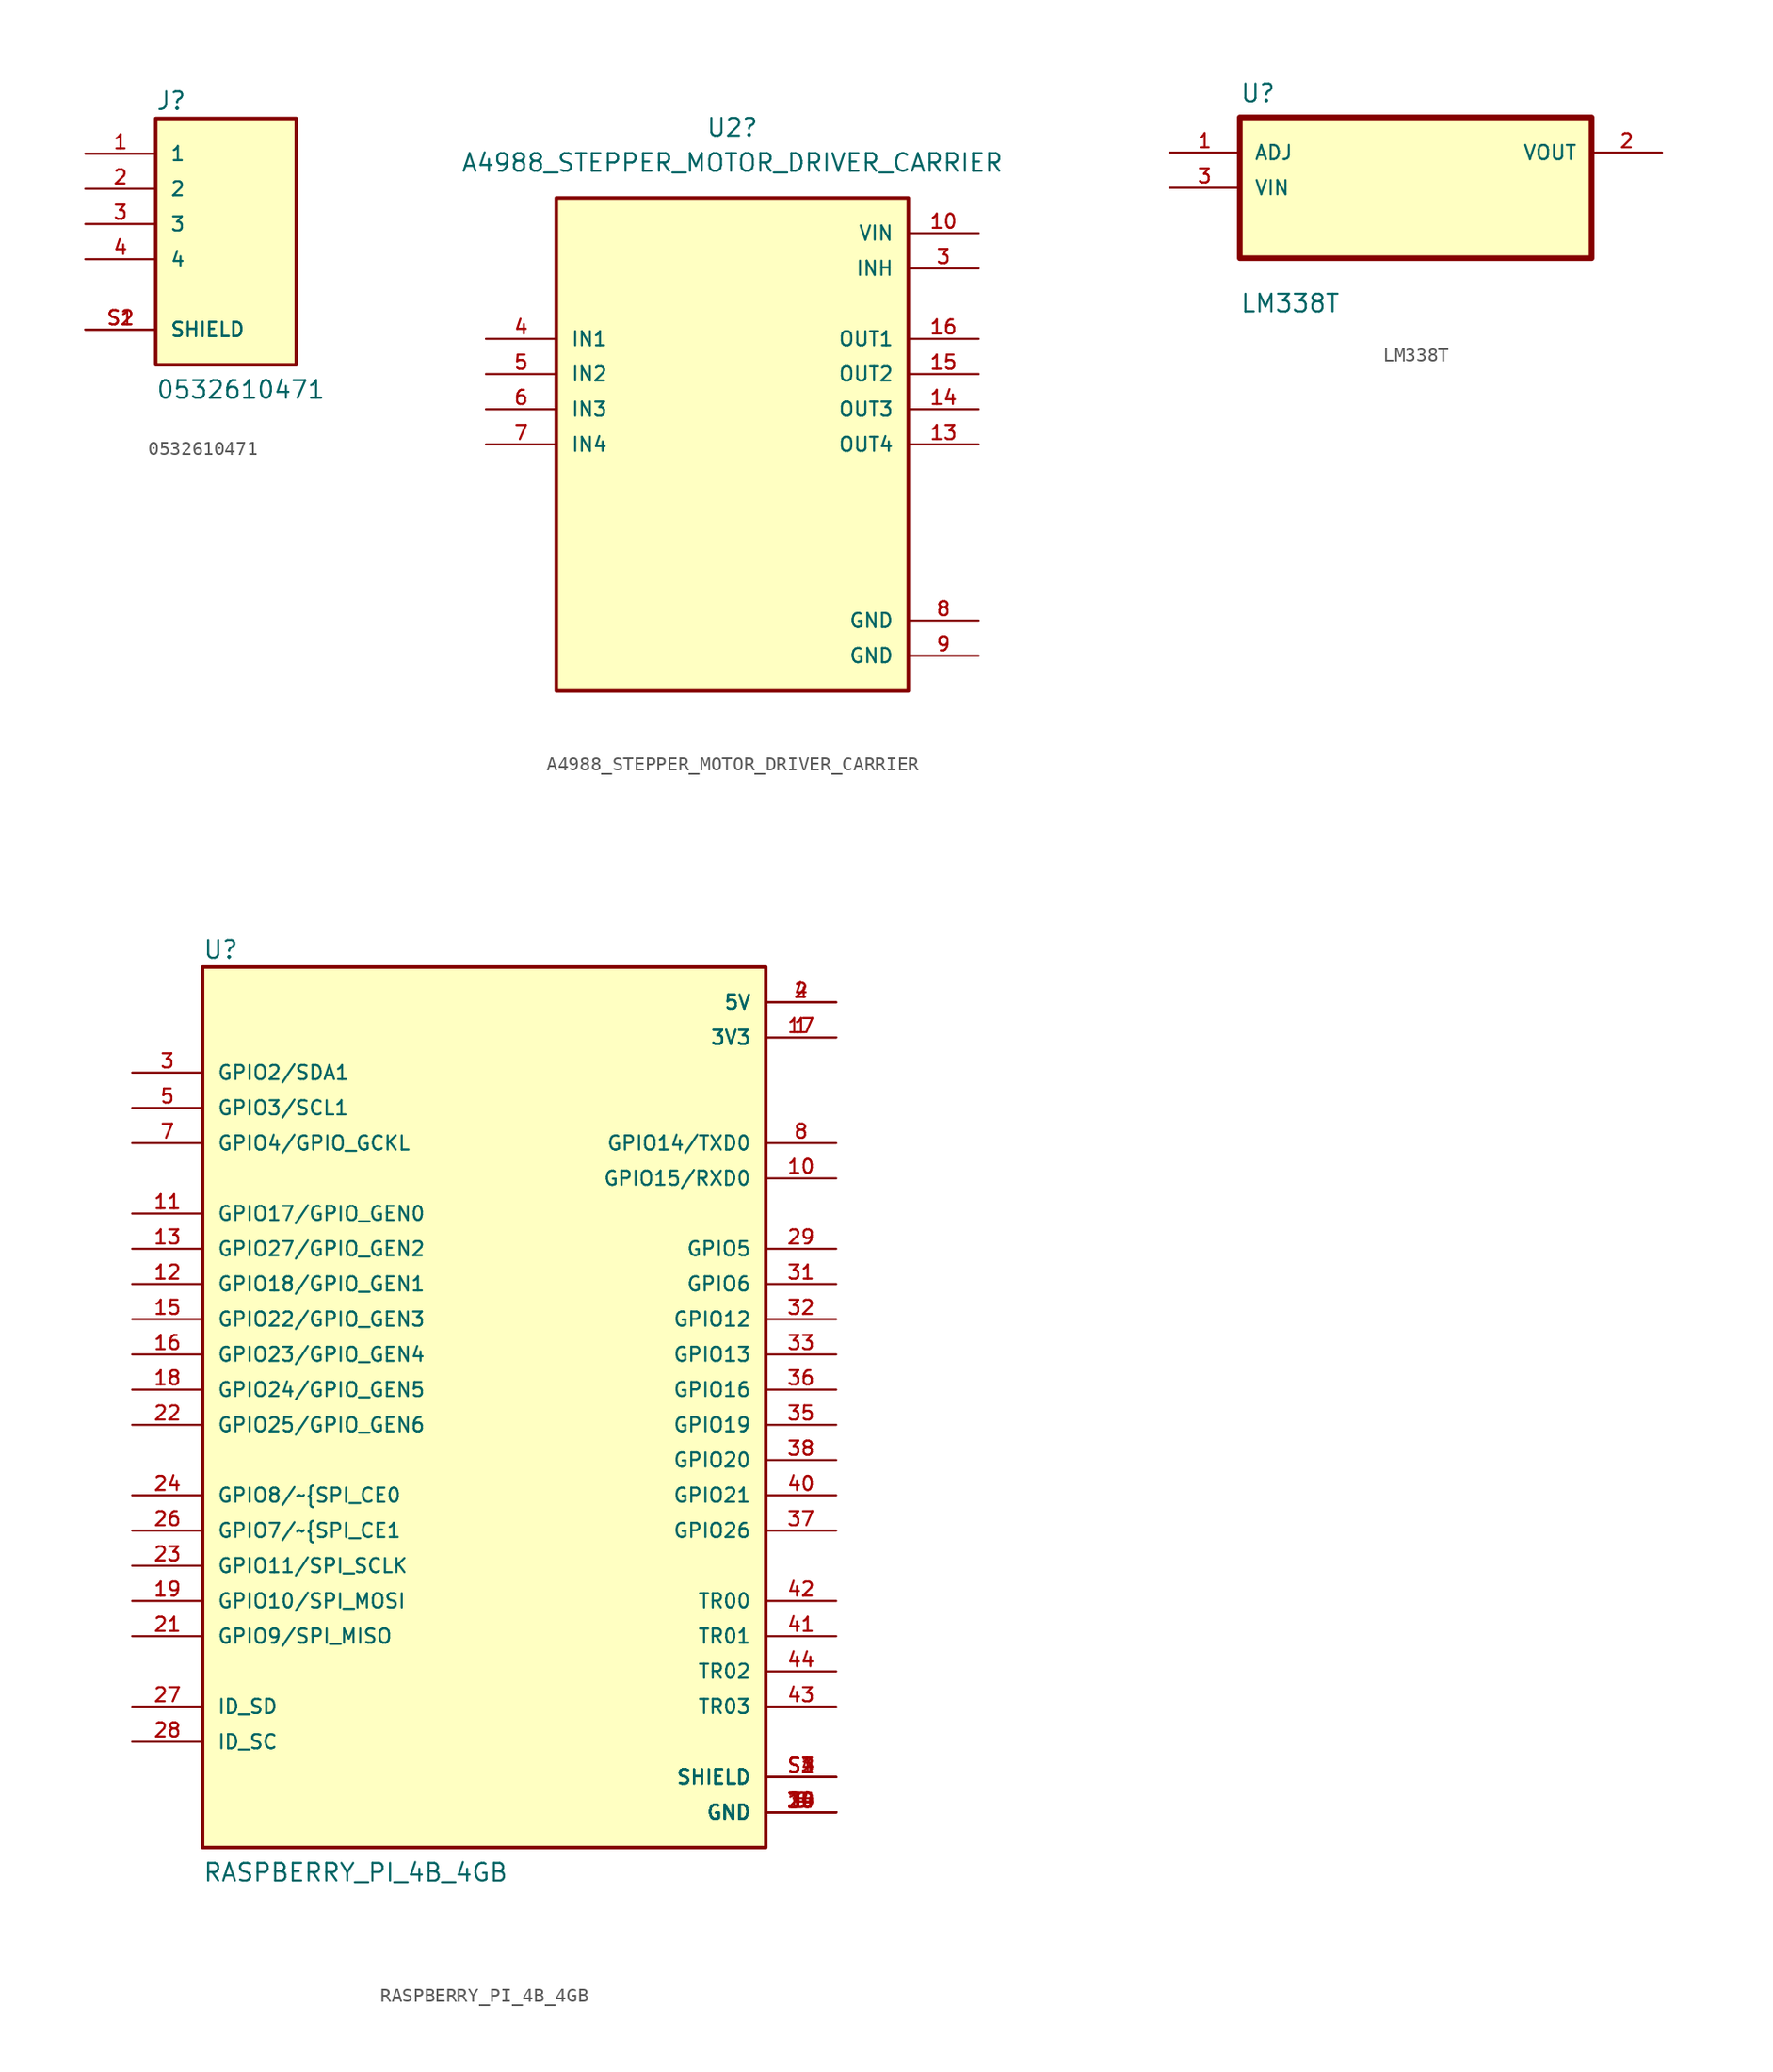
<source format=kicad_sym>
(kicad_symbol_lib
  (version 20220914)
  (generator kicad_symbol_editor)
  (symbol "0532610471"
    (pin_names
      (offset 1.016))
    (property "Reference" "J"
      (at -5.084 8.14 0)
      (effects (font (size 1.27 1.27)) (justify left bottom)))
    (property "Value" "0532610471"
      (at -5.082 -12.706 0)
      (effects (font (size 1.27 1.27)) (justify left bottom)))
    (symbol "0532610471_0_0"
      (rectangle (start -5.08 -10.16) (end 5.08 7.62) (stroke (width 0.254) (type default)) (fill (type background)))
      (pin passive line (at -10.16 5.08 0) (length 5.08) (name "1" (effects (font (size 1.016 1.016)))) (number "1" (effects (font (size 1.016 1.016)))))
      (pin passive line (at -10.16 2.54 0) (length 5.08) (name "2" (effects (font (size 1.016 1.016)))) (number "2" (effects (font (size 1.016 1.016)))))
      (pin passive line (at -10.16 0 0) (length 5.08) (name "3" (effects (font (size 1.016 1.016)))) (number "3" (effects (font (size 1.016 1.016)))))
      (pin passive line (at -10.16 -2.54 0) (length 5.08) (name "4" (effects (font (size 1.016 1.016)))) (number "4" (effects (font (size 1.016 1.016)))))
      (pin passive line (at -10.16 -7.62 0) (length 5.08) (name "SHIELD" (effects (font (size 1.016 1.016)))) (number "S1" (effects (font (size 1.016 1.016)))))
      (pin passive line (at -10.16 -7.62 0) (length 5.08) (name "SHIELD" (effects (font (size 1.016 1.016)))) (number "S2" (effects (font (size 1.016 1.016)))))))
  (symbol "A4988_STEPPER_MOTOR_DRIVER_CARRIER"
    (pin_names
      (offset 1.016))
    (property "Reference" "U2"
      (at 0 22.86 0)
      (effects (font (size 1.27 1.27))))
    (property "Value" "A4988_STEPPER_MOTOR_DRIVER_CARRIER"
      (at 0 20.32 0)
      (effects (font (size 1.27 1.27))))
    (symbol "A4988_STEPPER_MOTOR_DRIVER_CARRIER_0_0"
      (rectangle (start -12.7 -17.78) (end 12.7 17.78) (stroke (width 0.254) (type default)) (fill (type background))))
    (symbol "A4988_STEPPER_MOTOR_DRIVER_CARRIER_1_0"
      (pin power_in line (at 17.78 15.24 180) (length 5.08) (name "VIN" (effects (font (size 1.016 1.016)))) (number "10" (effects (font (size 1.016 1.016)))))
      (pin output line (at 17.78 0 180) (length 5.08) (name "OUT4" (effects (font (size 1.016 1.016)))) (number "13" (effects (font (size 1.016 1.016)))))
      (pin output line (at 17.78 2.54 180) (length 5.08) (name "OUT3" (effects (font (size 1.016 1.016)))) (number "14" (effects (font (size 1.016 1.016)))))
      (pin output line (at 17.78 5.08 180) (length 5.08) (name "OUT2" (effects (font (size 1.016 1.016)))) (number "15" (effects (font (size 1.016 1.016)))))
      (pin output line (at 17.78 7.62 180) (length 5.08) (name "OUT1" (effects (font (size 1.016 1.016)))) (number "16" (effects (font (size 1.016 1.016)))))
      (pin power_in line (at 17.78 12.7 180) (length 5.08) (name "INH" (effects (font (size 1.016 1.016)))) (number "3" (effects (font (size 1.016 1.016)))))
      (pin input line (at -17.78 7.62 0) (length 5.08) (name "IN1" (effects (font (size 1.016 1.016)))) (number "4" (effects (font (size 1.016 1.016)))))
      (pin input line (at -17.78 5.08 0) (length 5.08) (name "IN2" (effects (font (size 1.016 1.016)))) (number "5" (effects (font (size 1.016 1.016)))))
      (pin input line (at -17.78 2.54 0) (length 5.08) (name "IN3" (effects (font (size 1.016 1.016)))) (number "6" (effects (font (size 1.016 1.016)))))
      (pin input line (at -17.78 0 0) (length 5.08) (name "IN4" (effects (font (size 1.016 1.016)))) (number "7" (effects (font (size 1.016 1.016)))))
      (pin power_in line (at 17.78 -12.7 180) (length 5.08) (name "GND" (effects (font (size 1.016 1.016)))) (number "8" (effects (font (size 1.016 1.016)))))
      (pin power_in line (at 17.78 -15.24 180) (length 5.08) (name "GND" (effects (font (size 1.016 1.016)))) (number "9" (effects (font (size 1.016 1.016)))))))
  (symbol "LM338T"
    (pin_names
      (offset 1.016))
    (property "Reference" "U"
      (at -12.7 6.08 0)
      (effects (font (size 1.27 1.27)) (justify left bottom)))
    (property "Value" "LM338T"
      (at -12.7 -9.08 0)
      (effects (font (size 1.27 1.27)) (justify left bottom)))
    (symbol "LM338T_0_0"
      (rectangle (start -12.7 -5.08) (end 12.7 5.08) (stroke (width 0.41) (type default)) (fill (type background)))
      (pin input line (at -17.78 2.54 0) (length 5.08) (name "ADJ" (effects (font (size 1.016 1.016)))) (number "1" (effects (font (size 1.016 1.016)))))
      (pin output line (at 17.78 2.54 180) (length 5.08) (name "VOUT" (effects (font (size 1.016 1.016)))) (number "2" (effects (font (size 1.016 1.016)))))
      (pin input line (at -17.78 0 0) (length 5.08) (name "VIN" (effects (font (size 1.016 1.016)))) (number "3" (effects (font (size 1.016 1.016)))))))
  (symbol "RASPBERRY_PI_4B_4GB"
    (pin_names
      (offset 1.016))
    (property "Reference" "U"
      (at -20.32 33.528 0)
      (effects (font (size 1.27 1.27)) (justify left bottom)))
    (property "Value" "RASPBERRY_PI_4B_4GB"
      (at -20.32 -33.02 0)
      (effects (font (size 1.27 1.27)) (justify left bottom)))
    (symbol "RASPBERRY_PI_4B_4GB_0_0"
      (rectangle (start -20.32 33.02) (end 20.32 -30.48) (stroke (width 0.254) (type default)) (fill (type background)))
      (pin power_in line (at 25.4 27.94 180) (length 5.08) (name "3V3" (effects (font (size 1.016 1.016)))) (number "1" (effects (font (size 1.016 1.016)))))
      (pin bidirectional line (at 25.4 17.78 180) (length 5.08) (name "GPIO15/RXD0" (effects (font (size 1.016 1.016)))) (number "10" (effects (font (size 1.016 1.016)))))
      (pin bidirectional line (at -25.4 15.24 0) (length 5.08) (name "GPIO17/GPIO_GEN0" (effects (font (size 1.016 1.016)))) (number "11" (effects (font (size 1.016 1.016)))))
      (pin bidirectional line (at -25.4 10.16 0) (length 5.08) (name "GPIO18/GPIO_GEN1" (effects (font (size 1.016 1.016)))) (number "12" (effects (font (size 1.016 1.016)))))
      (pin bidirectional line (at -25.4 12.7 0) (length 5.08) (name "GPIO27/GPIO_GEN2" (effects (font (size 1.016 1.016)))) (number "13" (effects (font (size 1.016 1.016)))))
      (pin power_in line (at 25.4 -27.94 180) (length 5.08) (name "GND" (effects (font (size 1.016 1.016)))) (number "14" (effects (font (size 1.016 1.016)))))
      (pin bidirectional line (at -25.4 7.62 0) (length 5.08) (name "GPIO22/GPIO_GEN3" (effects (font (size 1.016 1.016)))) (number "15" (effects (font (size 1.016 1.016)))))
      (pin bidirectional line (at -25.4 5.08 0) (length 5.08) (name "GPIO23/GPIO_GEN4" (effects (font (size 1.016 1.016)))) (number "16" (effects (font (size 1.016 1.016)))))
      (pin power_in line (at 25.4 27.94 180) (length 5.08) (name "3V3" (effects (font (size 1.016 1.016)))) (number "17" (effects (font (size 1.016 1.016)))))
      (pin bidirectional line (at -25.4 2.54 0) (length 5.08) (name "GPIO24/GPIO_GEN5" (effects (font (size 1.016 1.016)))) (number "18" (effects (font (size 1.016 1.016)))))
      (pin bidirectional line (at -25.4 -12.7 0) (length 5.08) (name "GPIO10/SPI_MOSI" (effects (font (size 1.016 1.016)))) (number "19" (effects (font (size 1.016 1.016)))))
      (pin power_in line (at 25.4 30.48 180) (length 5.08) (name "5V" (effects (font (size 1.016 1.016)))) (number "2" (effects (font (size 1.016 1.016)))))
      (pin power_in line (at 25.4 -27.94 180) (length 5.08) (name "GND" (effects (font (size 1.016 1.016)))) (number "20" (effects (font (size 1.016 1.016)))))
      (pin bidirectional line (at -25.4 -15.24 0) (length 5.08) (name "GPIO9/SPI_MISO" (effects (font (size 1.016 1.016)))) (number "21" (effects (font (size 1.016 1.016)))))
      (pin bidirectional line (at -25.4 0 0) (length 5.08) (name "GPIO25/GPIO_GEN6" (effects (font (size 1.016 1.016)))) (number "22" (effects (font (size 1.016 1.016)))))
      (pin bidirectional line (at -25.4 -10.16 0) (length 5.08) (name "GPIO11/SPI_SCLK" (effects (font (size 1.016 1.016)))) (number "23" (effects (font (size 1.016 1.016)))))
      (pin bidirectional line (at -25.4 -5.08 0) (length 5.08) (name "GPIO8/~{SPI_CE0~{}" (effects (font (size 1.016 1.016)))) (number "24" (effects (font (size 1.016 1.016)))))
      (pin power_in line (at 25.4 -27.94 180) (length 5.08) (name "GND" (effects (font (size 1.016 1.016)))) (number "25" (effects (font (size 1.016 1.016)))))
      (pin bidirectional line (at -25.4 -7.62 0) (length 5.08) (name "GPIO7/~{SPI_CE1~{}" (effects (font (size 1.016 1.016)))) (number "26" (effects (font (size 1.016 1.016)))))
      (pin bidirectional line (at -25.4 -20.32 0) (length 5.08) (name "ID_SD" (effects (font (size 1.016 1.016)))) (number "27" (effects (font (size 1.016 1.016)))))
      (pin bidirectional line (at -25.4 -22.86 0) (length 5.08) (name "ID_SC" (effects (font (size 1.016 1.016)))) (number "28" (effects (font (size 1.016 1.016)))))
      (pin bidirectional line (at 25.4 12.7 180) (length 5.08) (name "GPIO5" (effects (font (size 1.016 1.016)))) (number "29" (effects (font (size 1.016 1.016)))))
      (pin bidirectional line (at -25.4 25.4 0) (length 5.08) (name "GPIO2/SDA1" (effects (font (size 1.016 1.016)))) (number "3" (effects (font (size 1.016 1.016)))))
      (pin power_in line (at 25.4 -27.94 180) (length 5.08) (name "GND" (effects (font (size 1.016 1.016)))) (number "30" (effects (font (size 1.016 1.016)))))
      (pin bidirectional line (at 25.4 10.16 180) (length 5.08) (name "GPIO6" (effects (font (size 1.016 1.016)))) (number "31" (effects (font (size 1.016 1.016)))))
      (pin bidirectional line (at 25.4 7.62 180) (length 5.08) (name "GPIO12" (effects (font (size 1.016 1.016)))) (number "32" (effects (font (size 1.016 1.016)))))
      (pin bidirectional line (at 25.4 5.08 180) (length 5.08) (name "GPIO13" (effects (font (size 1.016 1.016)))) (number "33" (effects (font (size 1.016 1.016)))))
      (pin power_in line (at 25.4 -27.94 180) (length 5.08) (name "GND" (effects (font (size 1.016 1.016)))) (number "34" (effects (font (size 1.016 1.016)))))
      (pin bidirectional line (at 25.4 0 180) (length 5.08) (name "GPIO19" (effects (font (size 1.016 1.016)))) (number "35" (effects (font (size 1.016 1.016)))))
      (pin bidirectional line (at 25.4 2.54 180) (length 5.08) (name "GPIO16" (effects (font (size 1.016 1.016)))) (number "36" (effects (font (size 1.016 1.016)))))
      (pin bidirectional line (at 25.4 -7.62 180) (length 5.08) (name "GPIO26" (effects (font (size 1.016 1.016)))) (number "37" (effects (font (size 1.016 1.016)))))
      (pin bidirectional line (at 25.4 -2.54 180) (length 5.08) (name "GPIO20" (effects (font (size 1.016 1.016)))) (number "38" (effects (font (size 1.016 1.016)))))
      (pin power_in line (at 25.4 -27.94 180) (length 5.08) (name "GND" (effects (font (size 1.016 1.016)))) (number "39" (effects (font (size 1.016 1.016)))))
      (pin power_in line (at 25.4 30.48 180) (length 5.08) (name "5V" (effects (font (size 1.016 1.016)))) (number "4" (effects (font (size 1.016 1.016)))))
      (pin bidirectional line (at 25.4 -5.08 180) (length 5.08) (name "GPIO21" (effects (font (size 1.016 1.016)))) (number "40" (effects (font (size 1.016 1.016)))))
      (pin bidirectional line (at 25.4 -15.24 180) (length 5.08) (name "TR01" (effects (font (size 1.016 1.016)))) (number "41" (effects (font (size 1.016 1.016)))))
      (pin bidirectional line (at 25.4 -12.7 180) (length 5.08) (name "TR00" (effects (font (size 1.016 1.016)))) (number "42" (effects (font (size 1.016 1.016)))))
      (pin bidirectional line (at 25.4 -20.32 180) (length 5.08) (name "TR03" (effects (font (size 1.016 1.016)))) (number "43" (effects (font (size 1.016 1.016)))))
      (pin bidirectional line (at 25.4 -17.78 180) (length 5.08) (name "TR02" (effects (font (size 1.016 1.016)))) (number "44" (effects (font (size 1.016 1.016)))))
      (pin bidirectional line (at -25.4 22.86 0) (length 5.08) (name "GPIO3/SCL1" (effects (font (size 1.016 1.016)))) (number "5" (effects (font (size 1.016 1.016)))))
      (pin power_in line (at 25.4 -27.94 180) (length 5.08) (name "GND" (effects (font (size 1.016 1.016)))) (number "6" (effects (font (size 1.016 1.016)))))
      (pin bidirectional line (at -25.4 20.32 0) (length 5.08) (name "GPIO4/GPIO_GCKL" (effects (font (size 1.016 1.016)))) (number "7" (effects (font (size 1.016 1.016)))))
      (pin bidirectional line (at 25.4 20.32 180) (length 5.08) (name "GPIO14/TXD0" (effects (font (size 1.016 1.016)))) (number "8" (effects (font (size 1.016 1.016)))))
      (pin power_in line (at 25.4 -27.94 180) (length 5.08) (name "GND" (effects (font (size 1.016 1.016)))) (number "9" (effects (font (size 1.016 1.016)))))
      (pin power_in line (at 25.4 -25.4 180) (length 5.08) (name "SHIELD" (effects (font (size 1.016 1.016)))) (number "S1" (effects (font (size 1.016 1.016)))))
      (pin power_in line (at 25.4 -25.4 180) (length 5.08) (name "SHIELD" (effects (font (size 1.016 1.016)))) (number "S2" (effects (font (size 1.016 1.016)))))
      (pin power_in line (at 25.4 -25.4 180) (length 5.08) (name "SHIELD" (effects (font (size 1.016 1.016)))) (number "S3" (effects (font (size 1.016 1.016)))))
      (pin power_in line (at 25.4 -25.4 180) (length 5.08) (name "SHIELD" (effects (font (size 1.016 1.016)))) (number "S4" (effects (font (size 1.016 1.016))))))))
</source>
